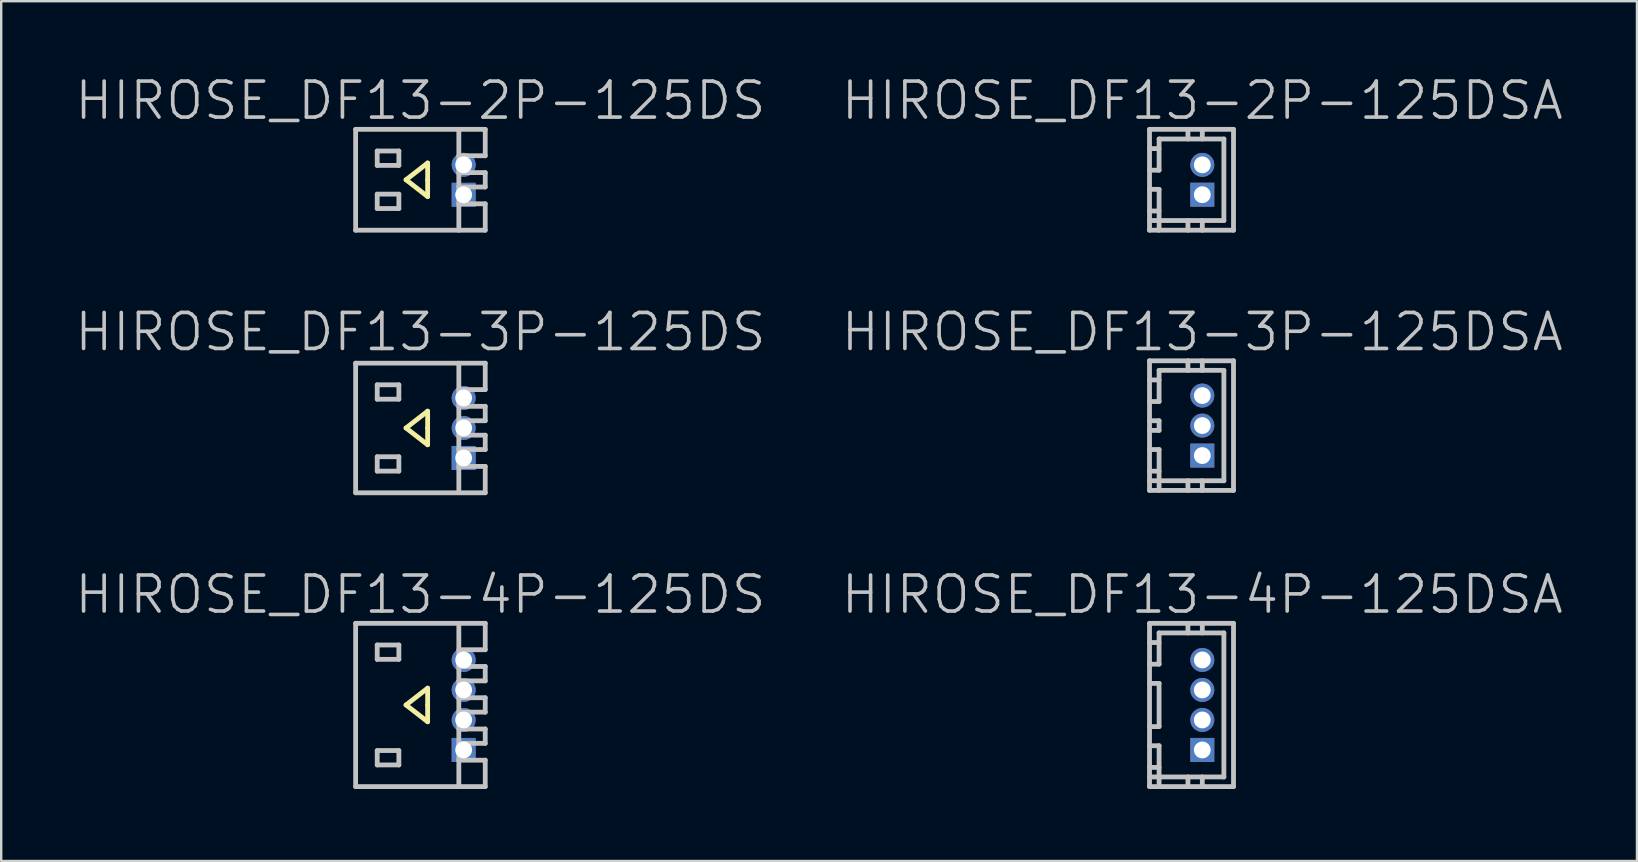
<source format=kicad_pcb>
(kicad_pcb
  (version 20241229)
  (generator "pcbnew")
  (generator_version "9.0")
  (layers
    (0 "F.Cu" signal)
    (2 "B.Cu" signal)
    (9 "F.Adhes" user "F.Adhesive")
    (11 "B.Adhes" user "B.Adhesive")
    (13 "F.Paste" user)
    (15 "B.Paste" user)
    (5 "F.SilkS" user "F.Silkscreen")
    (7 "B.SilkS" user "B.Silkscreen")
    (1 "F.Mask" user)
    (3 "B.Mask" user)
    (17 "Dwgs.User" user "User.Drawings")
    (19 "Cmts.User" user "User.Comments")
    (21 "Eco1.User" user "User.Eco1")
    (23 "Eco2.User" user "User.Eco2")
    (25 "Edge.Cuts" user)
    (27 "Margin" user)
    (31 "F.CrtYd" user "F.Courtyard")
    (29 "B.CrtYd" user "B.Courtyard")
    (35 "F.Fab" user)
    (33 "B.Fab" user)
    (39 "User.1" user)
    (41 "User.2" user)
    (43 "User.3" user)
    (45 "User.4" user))
  (footprint "HIROSE_DF13-4P-125DS"
    (layer "F.Cu")
    (at 14.468 26.323)
    (property "Reference" "HIROSE_DF13-4P-125DS" (at 0 -4.6 180) (layer "Dwgs.User") (effects (font (size 1.5 1.5) (thickness 0.15))))
    (attr through_hole)
    (fp_line (start -0.6 0) (end 0.3 0.7) (stroke (width 0.2) (type solid)) (layer "F.SilkS"))
    (fp_line (start 0.3 -0.7) (end -0.6 0) (stroke (width 0.2) (type solid)) (layer "F.SilkS"))
    (fp_line (start 0.3 0) (end 0.3 -0.7) (stroke (width 0.2) (type solid)) (layer "F.SilkS"))
    (fp_line (start 0.3 0.7) (end 0.3 0) (stroke (width 0.2) (type solid)) (layer "F.SilkS"))
    (fp_line (start -2.7 -3.401) (end -2.7 3.401) (stroke (width 0.2) (type solid)) (layer "Dwgs.User"))
    (fp_line (start -2.7 -3.401) (end 2.7 -3.401) (stroke (width 0.2) (type solid)) (layer "Dwgs.User"))
    (fp_line (start -2.7 3.401) (end 2.7 3.401) (stroke (width 0.2) (type solid)) (layer "Dwgs.User"))
    (fp_line (start -1.801 -2.499) (end -1.801 -1.9) (stroke (width 0.2) (type solid)) (layer "Dwgs.User"))
    (fp_line (start -1.801 -1.9) (end -0.899 -1.9) (stroke (width 0.2) (type solid)) (layer "Dwgs.User"))
    (fp_line (start -1.801 1.9) (end -0.899 1.9) (stroke (width 0.2) (type solid)) (layer "Dwgs.User"))
    (fp_line (start -1.801 2.499) (end -1.801 1.9) (stroke (width 0.2) (type solid)) (layer "Dwgs.User"))
    (fp_line (start -0.899 -2.499) (end -1.801 -2.499) (stroke (width 0.2) (type solid)) (layer "Dwgs.User"))
    (fp_line (start -0.899 -1.9) (end -0.899 -2.499) (stroke (width 0.2) (type solid)) (layer "Dwgs.User"))
    (fp_line (start -0.899 1.9) (end -0.899 2.499) (stroke (width 0.2) (type solid)) (layer "Dwgs.User"))
    (fp_line (start -0.899 2.499) (end -1.801 2.499) (stroke (width 0.2) (type solid)) (layer "Dwgs.User"))
    (fp_line (start 1.6 -3.401) (end 1.6 3.401) (stroke (width 0.2) (type solid)) (layer "Dwgs.User"))
    (fp_line (start 1.6 -2.301) (end 2.7 -2.301) (stroke (width 0.2) (type solid)) (layer "Dwgs.User"))
    (fp_line (start 1.6 -1.603) (end 2.7 -1.603) (stroke (width 0.2) (type solid)) (layer "Dwgs.User"))
    (fp_line (start 1.6 -1.003) (end 2.7 -1.003) (stroke (width 0.2) (type solid)) (layer "Dwgs.User"))
    (fp_line (start 1.6 -0.3) (end 2.7 -0.3) (stroke (width 0.2) (type solid)) (layer "Dwgs.User"))
    (fp_line (start 1.6 1.001) (end 2.7 1.001) (stroke (width 0.2) (type solid)) (layer "Dwgs.User"))
    (fp_line (start 1.6 2.301) (end 2.7 2.301) (stroke (width 0.2) (type solid)) (layer "Dwgs.User"))
    (fp_line (start 2.7 -2.301) (end 2.7 -3.401) (stroke (width 0.2) (type solid)) (layer "Dwgs.User"))
    (fp_line (start 2.7 -1.003) (end 2.7 -1.603) (stroke (width 0.2) (type solid)) (layer "Dwgs.User"))
    (fp_line (start 2.7 -0.3) (end 2.7 0.3) (stroke (width 0.2) (type solid)) (layer "Dwgs.User"))
    (fp_line (start 2.7 0.3) (end 1.6 0.3) (stroke (width 0.2) (type solid)) (layer "Dwgs.User"))
    (fp_line (start 2.7 1.001) (end 2.7 1.6) (stroke (width 0.2) (type solid)) (layer "Dwgs.User"))
    (fp_line (start 2.7 1.6) (end 1.6 1.6) (stroke (width 0.2) (type solid)) (layer "Dwgs.User"))
    (fp_line (start 2.7 3.401) (end 2.7 2.301) (stroke (width 0.2) (type solid)) (layer "Dwgs.User"))
    (pad "1" thru_hole rect (at 1.801 1.875 270) (size 1 1) (drill 0.7) (layers "*.Cu" "*.Mask"))
    (pad "2" thru_hole circle (at 1.801 0.625 270) (size 1 1) (drill 0.7) (layers "*.Cu" "*.Mask"))
    (pad "3" thru_hole circle (at 1.801 -0.625 270) (size 1 1) (drill 0.7) (layers "*.Cu" "*.Mask"))
    (pad "4" thru_hole circle (at 1.801 -1.875 270) (size 1 1) (drill 0.7) (layers "*.Cu" "*.Mask")))
  (footprint "HIROSE_DF13-2P-125DSA"
    (layer "F.Cu")
    (at 47.046 4.441)
    (property "Reference" "HIROSE_DF13-2P-125DSA" (at 0 -3.3 180) (layer "Dwgs.User") (effects (font (size 1.5 1.5) (thickness 0.15))))
    (attr through_hole)
    (fp_line (start -2.2 -2.101) (end 1.3 -2.101) (stroke (width 0.2) (type solid)) (layer "Dwgs.User"))
    (fp_line (start -2.2 2.101) (end -2.2 -2.101) (stroke (width 0.2) (type solid)) (layer "Dwgs.User"))
    (fp_line (start -1.801 -1.3) (end -2.2 -1.3) (stroke (width 0.2) (type solid)) (layer "Dwgs.User"))
    (fp_line (start -1.801 -0.399) (end -2.2 -0.399) (stroke (width 0.2) (type solid)) (layer "Dwgs.User"))
    (fp_line (start -1.801 -0.399) (end -1.801 -1.699) (stroke (width 0.2) (type solid)) (layer "Dwgs.User"))
    (fp_line (start -1.801 0.399) (end -2.2 0.399) (stroke (width 0.2) (type solid)) (layer "Dwgs.User"))
    (fp_line (start -1.801 1.3) (end -2.2 1.3) (stroke (width 0.2) (type solid)) (layer "Dwgs.User"))
    (fp_line (start -1.801 2.101) (end -1.801 0.399) (stroke (width 0.2) (type solid)) (layer "Dwgs.User"))
    (fp_line (start -0.599 -1.699) (end -0.599 -2.101) (stroke (width 0.2) (type solid)) (layer "Dwgs.User"))
    (fp_line (start -0.599 2.101) (end -0.599 1.699) (stroke (width 0.2) (type solid)) (layer "Dwgs.User"))
    (fp_line (start -0.099 -0.701) (end 0.099 -0.701) (stroke (width 0.2) (type solid)) (layer "Dwgs.User"))
    (fp_line (start -0.099 -0.5) (end -0.099 -0.701) (stroke (width 0.2) (type solid)) (layer "Dwgs.User"))
    (fp_line (start -0.099 0.5) (end 0.099 0.5) (stroke (width 0.2) (type solid)) (layer "Dwgs.User"))
    (fp_line (start -0.099 0.701) (end -0.099 0.5) (stroke (width 0.2) (type solid)) (layer "Dwgs.User"))
    (fp_line (start 0 -1.699) (end 0 -2.101) (stroke (width 0.2) (type solid)) (layer "Dwgs.User"))
    (fp_line (start 0 1.699) (end 0 2.101) (stroke (width 0.2) (type solid)) (layer "Dwgs.User"))
    (fp_line (start 0.099 -0.701) (end 0.099 -0.5) (stroke (width 0.2) (type solid)) (layer "Dwgs.User"))
    (fp_line (start 0.099 -0.5) (end -0.099 -0.5) (stroke (width 0.2) (type solid)) (layer "Dwgs.User"))
    (fp_line (start 0.099 0.5) (end 0.099 0.701) (stroke (width 0.2) (type solid)) (layer "Dwgs.User"))
    (fp_line (start 0.099 0.701) (end -0.099 0.701) (stroke (width 0.2) (type solid)) (layer "Dwgs.User"))
    (fp_line (start 0.899 -1.699) (end -1.801 -1.699) (stroke (width 0.2) (type solid)) (layer "Dwgs.User"))
    (fp_line (start 0.899 1.699) (end -2.2 1.699) (stroke (width 0.2) (type solid)) (layer "Dwgs.User"))
    (fp_line (start 0.899 1.699) (end 0.899 -1.699) (stroke (width 0.2) (type solid)) (layer "Dwgs.User"))
    (fp_line (start 1.3 -2.101) (end 1.3 2.101) (stroke (width 0.2) (type solid)) (layer "Dwgs.User"))
    (fp_line (start 1.3 2.101) (end -2.2 2.101) (stroke (width 0.2) (type solid)) (layer "Dwgs.User"))
    (pad "1" thru_hole rect (at 0 0.622 270) (size 1 1) (drill 0.7) (layers "*.Cu" "*.Mask"))
    (pad "2" thru_hole circle (at 0 -0.622 270) (size 1 1) (drill 0.7) (layers "*.Cu" "*.Mask")))
  (footprint "HIROSE_DF13-2P-125DS"
    (layer "F.Cu")
    (at 14.468 4.441)
    (property "Reference" "HIROSE_DF13-2P-125DS" (at 0 -3.3 180) (layer "Dwgs.User") (effects (font (size 1.5 1.5) (thickness 0.15))))
    (attr through_hole)
    (fp_line (start -0.6 0) (end 0.3 0.7) (stroke (width 0.2) (type solid)) (layer "F.SilkS"))
    (fp_line (start 0.3 -0.7) (end -0.6 0) (stroke (width 0.2) (type solid)) (layer "F.SilkS"))
    (fp_line (start 0.3 0) (end 0.3 -0.7) (stroke (width 0.2) (type solid)) (layer "F.SilkS"))
    (fp_line (start 0.3 0.7) (end 0.3 0) (stroke (width 0.2) (type solid)) (layer "F.SilkS"))
    (fp_line (start -2.7 -2.101) (end 2.7 -2.101) (stroke (width 0.2) (type solid)) (layer "Dwgs.User"))
    (fp_line (start -2.7 2.101) (end -2.7 -2.101) (stroke (width 0.2) (type solid)) (layer "Dwgs.User"))
    (fp_line (start -2.7 2.101) (end 2.7 2.101) (stroke (width 0.2) (type solid)) (layer "Dwgs.User"))
    (fp_line (start -1.801 -1.199) (end -1.801 -0.599) (stroke (width 0.2) (type solid)) (layer "Dwgs.User"))
    (fp_line (start -1.801 -0.599) (end -0.899 -0.599) (stroke (width 0.2) (type solid)) (layer "Dwgs.User"))
    (fp_line (start -1.801 0.599) (end -0.899 0.599) (stroke (width 0.2) (type solid)) (layer "Dwgs.User"))
    (fp_line (start -1.801 1.199) (end -1.801 0.599) (stroke (width 0.2) (type solid)) (layer "Dwgs.User"))
    (fp_line (start -0.899 -1.199) (end -1.801 -1.199) (stroke (width 0.2) (type solid)) (layer "Dwgs.User"))
    (fp_line (start -0.899 -0.599) (end -0.899 -1.199) (stroke (width 0.2) (type solid)) (layer "Dwgs.User"))
    (fp_line (start -0.899 0.599) (end -0.899 1.199) (stroke (width 0.2) (type solid)) (layer "Dwgs.User"))
    (fp_line (start -0.899 1.199) (end -1.801 1.199) (stroke (width 0.2) (type solid)) (layer "Dwgs.User"))
    (fp_line (start 1.6 -1.001) (end 2.7 -1.001) (stroke (width 0.2) (type solid)) (layer "Dwgs.User"))
    (fp_line (start 1.6 -0.3) (end 2.7 -0.3) (stroke (width 0.2) (type solid)) (layer "Dwgs.User"))
    (fp_line (start 1.6 0.3) (end 2.7 0.3) (stroke (width 0.2) (type solid)) (layer "Dwgs.User"))
    (fp_line (start 1.6 1.001) (end 2.7 1.001) (stroke (width 0.2) (type solid)) (layer "Dwgs.User"))
    (fp_line (start 1.6 2.101) (end 1.6 -2.101) (stroke (width 0.2) (type solid)) (layer "Dwgs.User"))
    (fp_line (start 2.7 -1.001) (end 2.7 -2.101) (stroke (width 0.2) (type solid)) (layer "Dwgs.User"))
    (fp_line (start 2.7 0.3) (end 2.7 -0.3) (stroke (width 0.2) (type solid)) (layer "Dwgs.User"))
    (fp_line (start 2.7 2.101) (end 2.7 1.001) (stroke (width 0.2) (type solid)) (layer "Dwgs.User"))
    (pad "1" thru_hole rect (at 1.801 0.625 270) (size 1 1) (drill 0.7) (layers "*.Cu" "*.Mask"))
    (pad "2" thru_hole circle (at 1.801 -0.625 270) (size 1 1) (drill 0.7) (layers "*.Cu" "*.Mask")))
  (footprint "HIROSE_DF13-4P-125DSA"
    (layer "F.Cu")
    (at 47.046 26.323)
    (property "Reference" "HIROSE_DF13-4P-125DSA" (at 0 -4.6 180) (layer "Dwgs.User") (effects (font (size 1.5 1.5) (thickness 0.15))))
    (attr through_hole)
    (fp_line (start -2.2 -3.401) (end 1.3 -3.401) (stroke (width 0.2) (type solid)) (layer "Dwgs.User"))
    (fp_line (start -2.2 -0.899) (end -1.801 -0.899) (stroke (width 0.2) (type solid)) (layer "Dwgs.User"))
    (fp_line (start -2.2 0.902) (end -1.801 0.902) (stroke (width 0.2) (type solid)) (layer "Dwgs.User"))
    (fp_line (start -2.2 3.401) (end -2.2 -3.401) (stroke (width 0.2) (type solid)) (layer "Dwgs.User"))
    (fp_line (start -1.801 -2.601) (end -2.2 -2.601) (stroke (width 0.2) (type solid)) (layer "Dwgs.User"))
    (fp_line (start -1.801 -1.702) (end -1.801 -3.002) (stroke (width 0.2) (type solid)) (layer "Dwgs.User"))
    (fp_line (start -1.801 -1.699) (end -2.2 -1.699) (stroke (width 0.2) (type solid)) (layer "Dwgs.User"))
    (fp_line (start -1.801 -0.899) (end -1.801 0.899) (stroke (width 0.2) (type solid)) (layer "Dwgs.User"))
    (fp_line (start -1.801 1.699) (end -2.2 1.699) (stroke (width 0.2) (type solid)) (layer "Dwgs.User"))
    (fp_line (start -1.801 1.699) (end -1.801 3.401) (stroke (width 0.2) (type solid)) (layer "Dwgs.User"))
    (fp_line (start -1.801 2.601) (end -2.2 2.601) (stroke (width 0.2) (type solid)) (layer "Dwgs.User"))
    (fp_line (start -0.599 -3) (end -0.599 -3.401) (stroke (width 0.2) (type solid)) (layer "Dwgs.User"))
    (fp_line (start -0.599 3.399) (end -0.599 2.997) (stroke (width 0.2) (type solid)) (layer "Dwgs.User"))
    (fp_line (start -0.099 -1.999) (end 0.099 -1.999) (stroke (width 0.2) (type solid)) (layer "Dwgs.User"))
    (fp_line (start -0.099 -1.801) (end -0.099 -1.999) (stroke (width 0.2) (type solid)) (layer "Dwgs.User"))
    (fp_line (start -0.099 -0.701) (end 0.099 -0.701) (stroke (width 0.2) (type solid)) (layer "Dwgs.User"))
    (fp_line (start -0.099 -0.5) (end -0.099 -0.701) (stroke (width 0.2) (type solid)) (layer "Dwgs.User"))
    (fp_line (start -0.099 0.5) (end -0.099 0.701) (stroke (width 0.2) (type solid)) (layer "Dwgs.User"))
    (fp_line (start -0.099 0.701) (end 0.099 0.701) (stroke (width 0.2) (type solid)) (layer "Dwgs.User"))
    (fp_line (start -0.099 1.801) (end -0.099 1.999) (stroke (width 0.2) (type solid)) (layer "Dwgs.User"))
    (fp_line (start -0.099 1.999) (end 0.099 1.999) (stroke (width 0.2) (type solid)) (layer "Dwgs.User"))
    (fp_line (start 0 -3) (end 0 -3.401) (stroke (width 0.2) (type solid)) (layer "Dwgs.User"))
    (fp_line (start 0 2.997) (end 0 3.399) (stroke (width 0.2) (type solid)) (layer "Dwgs.User"))
    (fp_line (start 0.099 -1.999) (end 0.099 -1.801) (stroke (width 0.2) (type solid)) (layer "Dwgs.User"))
    (fp_line (start 0.099 -1.801) (end -0.099 -1.801) (stroke (width 0.2) (type solid)) (layer "Dwgs.User"))
    (fp_line (start 0.099 -0.701) (end 0.099 -0.5) (stroke (width 0.2) (type solid)) (layer "Dwgs.User"))
    (fp_line (start 0.099 -0.5) (end -0.099 -0.5) (stroke (width 0.2) (type solid)) (layer "Dwgs.User"))
    (fp_line (start 0.099 0.5) (end -0.099 0.5) (stroke (width 0.2) (type solid)) (layer "Dwgs.User"))
    (fp_line (start 0.099 0.701) (end 0.099 0.5) (stroke (width 0.2) (type solid)) (layer "Dwgs.User"))
    (fp_line (start 0.099 1.801) (end -0.099 1.801) (stroke (width 0.2) (type solid)) (layer "Dwgs.User"))
    (fp_line (start 0.099 1.999) (end 0.099 1.801) (stroke (width 0.2) (type solid)) (layer "Dwgs.User"))
    (fp_line (start 0.899 -3.002) (end -1.801 -3.002) (stroke (width 0.2) (type solid)) (layer "Dwgs.User"))
    (fp_line (start 0.899 3) (end -2.2 3) (stroke (width 0.2) (type solid)) (layer "Dwgs.User"))
    (fp_line (start 0.899 3) (end 0.899 -3) (stroke (width 0.2) (type solid)) (layer "Dwgs.User"))
    (fp_line (start 1.3 -3.401) (end 1.3 3.401) (stroke (width 0.2) (type solid)) (layer "Dwgs.User"))
    (fp_line (start 1.3 3.401) (end -2.2 3.401) (stroke (width 0.2) (type solid)) (layer "Dwgs.User"))
    (pad "1" thru_hole rect (at 0 1.875 270) (size 1 1) (drill 0.7) (layers "*.Cu" "*.Mask"))
    (pad "2" thru_hole circle (at 0 0.625 270) (size 1 1) (drill 0.7) (layers "*.Cu" "*.Mask"))
    (pad "3" thru_hole circle (at 0 -0.625 270) (size 1 1) (drill 0.7) (layers "*.Cu" "*.Mask"))
    (pad "4" thru_hole circle (at 0 -1.875 270) (size 1 1) (drill 0.7) (layers "*.Cu" "*.Mask")))
  (footprint "HIROSE_DF13-3P-125DS"
    (layer "F.Cu")
    (at 14.468 14.782)
    (property "Reference" "HIROSE_DF13-3P-125DS" (at 0 -4 180) (layer "Dwgs.User") (effects (font (size 1.5 1.5) (thickness 0.15))))
    (attr through_hole)
    (fp_line (start -0.6 0) (end 0.3 0.7) (stroke (width 0.2) (type solid)) (layer "F.SilkS"))
    (fp_line (start 0.3 -0.7) (end -0.6 0) (stroke (width 0.2) (type solid)) (layer "F.SilkS"))
    (fp_line (start 0.3 0) (end 0.3 -0.7) (stroke (width 0.2) (type solid)) (layer "F.SilkS"))
    (fp_line (start 0.3 0.7) (end 0.3 0) (stroke (width 0.2) (type solid)) (layer "F.SilkS"))
    (fp_line (start -2.7 -2.7) (end -2.7 2.7) (stroke (width 0.2) (type solid)) (layer "Dwgs.User"))
    (fp_line (start -2.7 -2.7) (end 2.7 -2.7) (stroke (width 0.2) (type solid)) (layer "Dwgs.User"))
    (fp_line (start -2.7 2.7) (end 2.7 2.7) (stroke (width 0.2) (type solid)) (layer "Dwgs.User"))
    (fp_line (start -1.801 -1.798) (end -1.801 -1.199) (stroke (width 0.2) (type solid)) (layer "Dwgs.User"))
    (fp_line (start -1.801 -1.199) (end -0.899 -1.199) (stroke (width 0.2) (type solid)) (layer "Dwgs.User"))
    (fp_line (start -1.801 1.199) (end -0.899 1.199) (stroke (width 0.2) (type solid)) (layer "Dwgs.User"))
    (fp_line (start -1.801 1.798) (end -1.801 1.199) (stroke (width 0.2) (type solid)) (layer "Dwgs.User"))
    (fp_line (start -0.899 -1.798) (end -1.801 -1.798) (stroke (width 0.2) (type solid)) (layer "Dwgs.User"))
    (fp_line (start -0.899 -1.199) (end -0.899 -1.798) (stroke (width 0.2) (type solid)) (layer "Dwgs.User"))
    (fp_line (start -0.899 1.199) (end -0.899 1.798) (stroke (width 0.2) (type solid)) (layer "Dwgs.User"))
    (fp_line (start -0.899 1.798) (end -1.801 1.798) (stroke (width 0.2) (type solid)) (layer "Dwgs.User"))
    (fp_line (start 1.6 -2.7) (end 1.6 2.7) (stroke (width 0.2) (type solid)) (layer "Dwgs.User"))
    (fp_line (start 1.6 -1.6) (end 2.7 -1.6) (stroke (width 0.2) (type solid)) (layer "Dwgs.User"))
    (fp_line (start 1.6 -0.902) (end 2.7 -0.902) (stroke (width 0.2) (type solid)) (layer "Dwgs.User"))
    (fp_line (start 1.6 -0.302) (end 2.7 -0.302) (stroke (width 0.2) (type solid)) (layer "Dwgs.User"))
    (fp_line (start 1.6 0.3) (end 2.7 0.3) (stroke (width 0.2) (type solid)) (layer "Dwgs.User"))
    (fp_line (start 1.6 1.6) (end 2.7 1.6) (stroke (width 0.2) (type solid)) (layer "Dwgs.User"))
    (fp_line (start 2.7 -1.6) (end 2.7 -2.7) (stroke (width 0.2) (type solid)) (layer "Dwgs.User"))
    (fp_line (start 2.7 -0.302) (end 2.7 -0.902) (stroke (width 0.2) (type solid)) (layer "Dwgs.User"))
    (fp_line (start 2.7 0.3) (end 2.7 0.899) (stroke (width 0.2) (type solid)) (layer "Dwgs.User"))
    (fp_line (start 2.7 0.899) (end 1.6 0.899) (stroke (width 0.2) (type solid)) (layer "Dwgs.User"))
    (fp_line (start 2.7 2.7) (end 2.7 1.6) (stroke (width 0.2) (type solid)) (layer "Dwgs.User"))
    (pad "1" thru_hole rect (at 1.801 1.25 270) (size 1 1) (drill 0.7) (layers "*.Cu" "*.Mask"))
    (pad "2" thru_hole circle (at 1.801 0 270) (size 1 1) (drill 0.7) (layers "*.Cu" "*.Mask"))
    (pad "3" thru_hole circle (at 1.801 -1.25 270) (size 1 1) (drill 0.7) (layers "*.Cu" "*.Mask")))
  (footprint "HIROSE_DF13-3P-125DSA"
    (layer "F.Cu")
    (at 47.046 14.682)
    (property "Reference" "HIROSE_DF13-3P-125DSA" (at 0 -3.9 180) (layer "Dwgs.User") (effects (font (size 1.5 1.5) (thickness 0.15))))
    (attr through_hole)
    (fp_line (start -2.2 -2.7) (end 1.3 -2.7) (stroke (width 0.2) (type solid)) (layer "Dwgs.User"))
    (fp_line (start -2.2 -0.201) (end -1.801 -0.201) (stroke (width 0.2) (type solid)) (layer "Dwgs.User"))
    (fp_line (start -2.2 0.201) (end -1.801 0.201) (stroke (width 0.2) (type solid)) (layer "Dwgs.User"))
    (fp_line (start -2.2 2.7) (end -2.2 -2.7) (stroke (width 0.2) (type solid)) (layer "Dwgs.User"))
    (fp_line (start -1.801 -1.902) (end -2.2 -1.902) (stroke (width 0.2) (type solid)) (layer "Dwgs.User"))
    (fp_line (start -1.801 -1.001) (end -2.2 -1.001) (stroke (width 0.2) (type solid)) (layer "Dwgs.User"))
    (fp_line (start -1.801 -1.001) (end -1.801 -2.301) (stroke (width 0.2) (type solid)) (layer "Dwgs.User"))
    (fp_line (start -1.801 -0.201) (end -1.801 0.201) (stroke (width 0.2) (type solid)) (layer "Dwgs.User"))
    (fp_line (start -1.801 0.998) (end -2.2 0.998) (stroke (width 0.2) (type solid)) (layer "Dwgs.User"))
    (fp_line (start -1.801 1.9) (end -2.2 1.9) (stroke (width 0.2) (type solid)) (layer "Dwgs.User"))
    (fp_line (start -1.801 2.7) (end -1.801 0.998) (stroke (width 0.2) (type solid)) (layer "Dwgs.User"))
    (fp_line (start -0.599 -2.299) (end -0.599 -2.7) (stroke (width 0.2) (type solid)) (layer "Dwgs.User"))
    (fp_line (start -0.599 2.7) (end -0.599 2.299) (stroke (width 0.2) (type solid)) (layer "Dwgs.User"))
    (fp_line (start -0.099 -1.3) (end 0.099 -1.3) (stroke (width 0.2) (type solid)) (layer "Dwgs.User"))
    (fp_line (start -0.099 -1.1) (end -0.099 -1.3) (stroke (width 0.2) (type solid)) (layer "Dwgs.User"))
    (fp_line (start -0.099 -0.099) (end 0.099 -0.099) (stroke (width 0.2) (type solid)) (layer "Dwgs.User"))
    (fp_line (start -0.099 0.099) (end -0.099 -0.099) (stroke (width 0.2) (type solid)) (layer "Dwgs.User"))
    (fp_line (start -0.099 1.1) (end 0.099 1.1) (stroke (width 0.2) (type solid)) (layer "Dwgs.User"))
    (fp_line (start -0.099 1.3) (end -0.099 1.1) (stroke (width 0.2) (type solid)) (layer "Dwgs.User"))
    (fp_line (start 0 -2.299) (end 0 -2.7) (stroke (width 0.2) (type solid)) (layer "Dwgs.User"))
    (fp_line (start 0 2.299) (end 0 2.7) (stroke (width 0.2) (type solid)) (layer "Dwgs.User"))
    (fp_line (start 0.099 -1.3) (end 0.099 -1.1) (stroke (width 0.2) (type solid)) (layer "Dwgs.User"))
    (fp_line (start 0.099 -1.1) (end -0.099 -1.1) (stroke (width 0.2) (type solid)) (layer "Dwgs.User"))
    (fp_line (start 0.099 -0.099) (end 0.099 0.099) (stroke (width 0.2) (type solid)) (layer "Dwgs.User"))
    (fp_line (start 0.099 0.099) (end -0.099 0.099) (stroke (width 0.2) (type solid)) (layer "Dwgs.User"))
    (fp_line (start 0.099 1.1) (end 0.099 1.3) (stroke (width 0.2) (type solid)) (layer "Dwgs.User"))
    (fp_line (start 0.099 1.3) (end -0.099 1.3) (stroke (width 0.2) (type solid)) (layer "Dwgs.User"))
    (fp_line (start 0.899 -2.301) (end -1.801 -2.301) (stroke (width 0.2) (type solid)) (layer "Dwgs.User"))
    (fp_line (start 0.899 2.299) (end -2.2 2.299) (stroke (width 0.2) (type solid)) (layer "Dwgs.User"))
    (fp_line (start 0.899 2.301) (end 0.899 -2.301) (stroke (width 0.2) (type solid)) (layer "Dwgs.User"))
    (fp_line (start 1.3 -2.7) (end 1.3 2.7) (stroke (width 0.2) (type solid)) (layer "Dwgs.User"))
    (fp_line (start 1.3 2.7) (end -2.2 2.7) (stroke (width 0.2) (type solid)) (layer "Dwgs.User"))
    (pad "1" thru_hole rect (at 0 1.25 270) (size 1 1) (drill 0.7) (layers "*.Cu" "*.Mask"))
    (pad "2" thru_hole circle (at 0 0 270) (size 1 1) (drill 0.7) (layers "*.Cu" "*.Mask"))
    (pad "3" thru_hole circle (at 0 -1.25 270) (size 1 1) (drill 0.7) (layers "*.Cu" "*.Mask")))
  (gr_rect
    (start -3 -3)
    (end 65.157 32.824)
    (stroke (width 0.1) (type default))
    (fill no)
    (layer "Edge.Cuts")))
</source>
